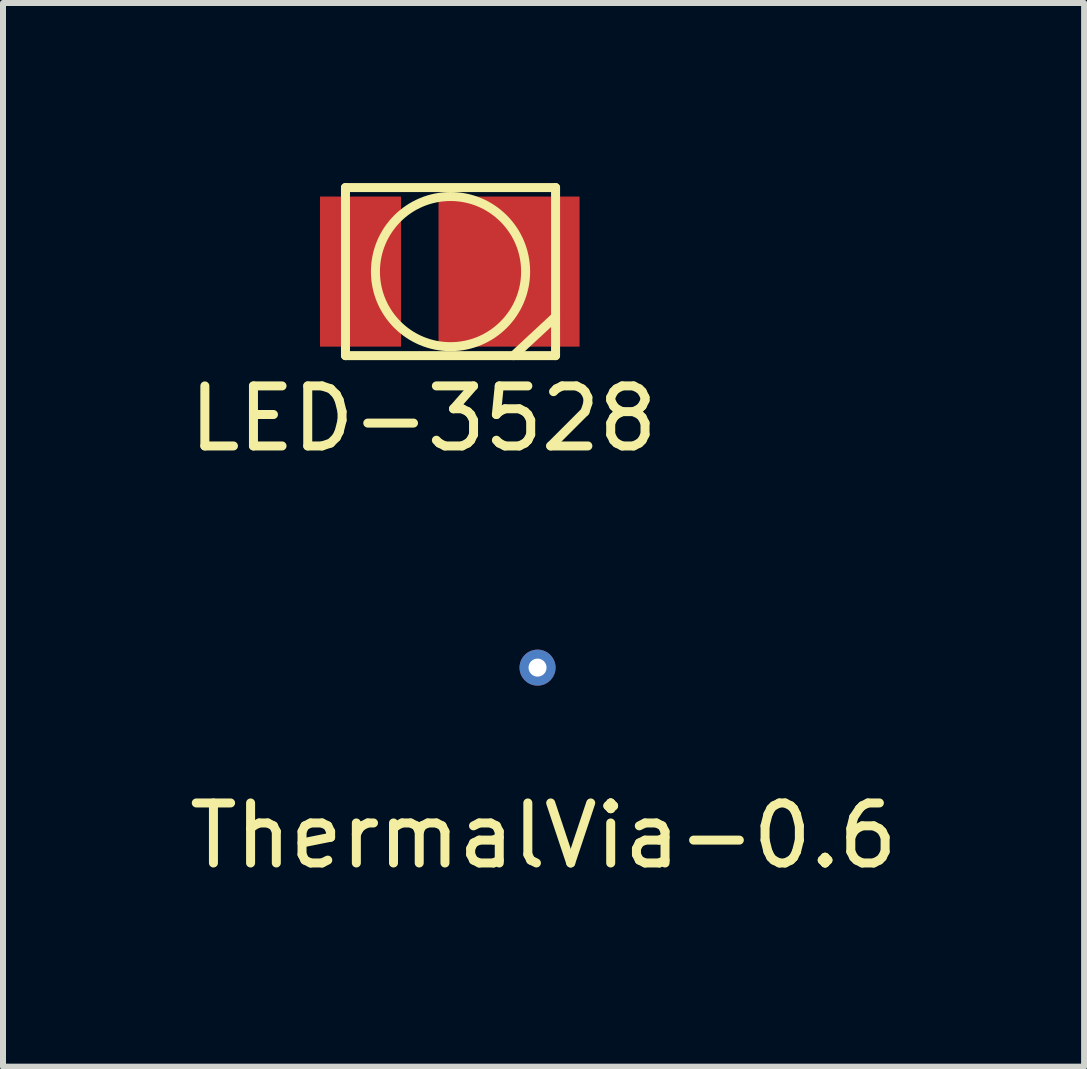
<source format=kicad_pcb>
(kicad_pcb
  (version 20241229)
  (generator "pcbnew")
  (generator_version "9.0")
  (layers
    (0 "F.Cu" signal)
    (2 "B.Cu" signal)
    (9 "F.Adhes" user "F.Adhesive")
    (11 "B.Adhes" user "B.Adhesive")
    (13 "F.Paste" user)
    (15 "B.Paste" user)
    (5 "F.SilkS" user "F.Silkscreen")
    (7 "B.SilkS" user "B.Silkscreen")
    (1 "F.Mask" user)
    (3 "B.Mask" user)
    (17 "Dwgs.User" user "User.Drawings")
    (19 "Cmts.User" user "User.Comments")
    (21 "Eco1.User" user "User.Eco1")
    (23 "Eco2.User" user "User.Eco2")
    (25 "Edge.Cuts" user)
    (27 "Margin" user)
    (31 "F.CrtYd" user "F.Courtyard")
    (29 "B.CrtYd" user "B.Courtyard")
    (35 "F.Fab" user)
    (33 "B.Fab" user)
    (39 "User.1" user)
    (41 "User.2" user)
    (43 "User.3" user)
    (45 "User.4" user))
  (footprint "LED-3528"
    (layer "F.Cu")
    (at 4.456 1.475)
    (property "Reference" "LED-3528" (at -0.45 2.45 0) (layer "F.SilkS") (effects (font (size 1 1) (thickness 0.15))))
    (attr through_hole)
    (fp_line (start -1.75 -1.4) (end 1.75 -1.4) (stroke (width 0.15) (type solid)) (layer "F.SilkS"))
    (fp_line (start -1.75 1.4) (end -1.75 -1.4) (stroke (width 0.15) (type solid)) (layer "F.SilkS"))
    (fp_line (start 1.75 -1.4) (end 1.75 1.4) (stroke (width 0.15) (type solid)) (layer "F.SilkS"))
    (fp_line (start 1.75 0.75) (end 1.05 1.4) (stroke (width 0.15) (type solid)) (layer "F.SilkS"))
    (fp_line (start 1.75 1.4) (end -1.75 1.4) (stroke (width 0.15) (type solid)) (layer "F.SilkS"))
    (fp_circle (center 0 0) (end 1.25 0.05) (stroke (width 0.15) (type solid)) (fill no) (layer "F.SilkS"))
    (pad "1" smd rect (at -1.5 0) (size 1.35 2.5) (layers "F.Cu" "F.Mask" "F.Paste"))
    (pad "2" smd rect (at 0.975 0) (size 2.35 2.5) (layers "F.Cu" "F.Mask" "F.Paste")))
  (footprint "ThermalVia-0.6"
    (layer "F.Cu")
    (at 5.906 8.073)
    (property "Reference" "ThermalVia-0.6" (at 0.1 2.8 0) (layer "F.SilkS") (effects (font (size 1 1) (thickness 0.15))))
    (attr through_hole)
    (pad "1" thru_hole circle (at 0 0) (size 0.6 0.6) (drill 0.3) (layers "*.Cu")))
  (gr_rect
    (start -3 -3)
    (end 15.012 14.722)
    (stroke (width 0.1) (type default))
    (fill no)
    (layer "Edge.Cuts")))
</source>
